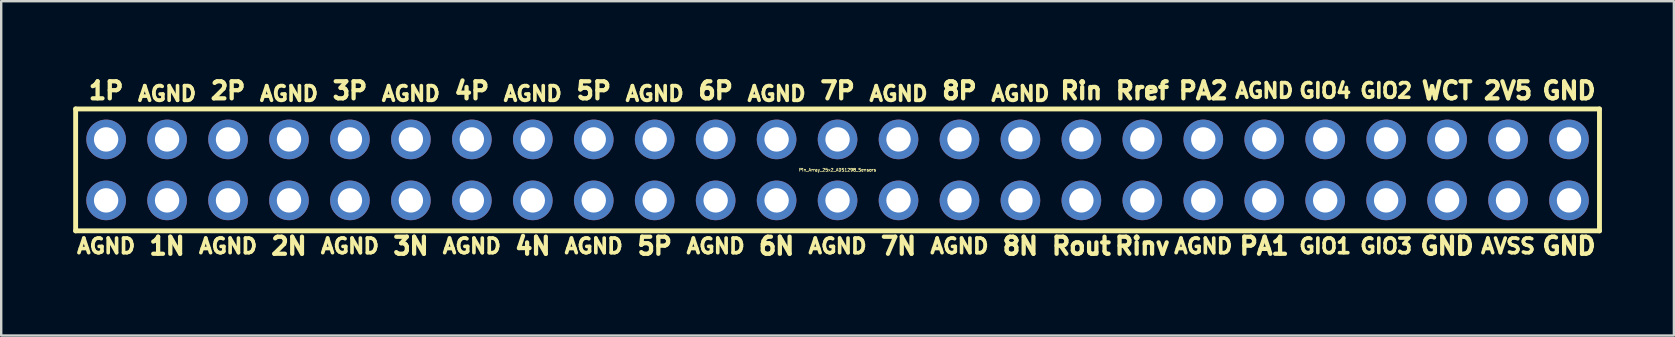
<source format=kicad_pcb>
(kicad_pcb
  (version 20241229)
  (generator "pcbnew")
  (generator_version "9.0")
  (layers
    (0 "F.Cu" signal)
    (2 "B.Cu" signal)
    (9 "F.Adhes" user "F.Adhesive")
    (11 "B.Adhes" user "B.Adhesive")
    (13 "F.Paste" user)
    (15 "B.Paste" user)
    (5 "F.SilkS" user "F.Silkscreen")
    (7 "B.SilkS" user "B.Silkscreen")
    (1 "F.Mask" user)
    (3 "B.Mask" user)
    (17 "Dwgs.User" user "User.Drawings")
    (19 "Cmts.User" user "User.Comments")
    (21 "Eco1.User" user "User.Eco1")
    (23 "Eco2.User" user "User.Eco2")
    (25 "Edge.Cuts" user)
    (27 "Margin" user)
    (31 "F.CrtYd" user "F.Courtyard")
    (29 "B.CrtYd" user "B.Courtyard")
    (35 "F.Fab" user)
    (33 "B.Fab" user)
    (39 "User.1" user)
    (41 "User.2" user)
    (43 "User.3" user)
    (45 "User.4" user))
  (footprint "Pin_Array_25x2_ADS1298_Sensors"
    (layer "F.Cu")
    (at 31.852 4.03)
    (property "Reference" "Pin_Array_25x2_ADS1298_Sensors" (at 0 0 0) (layer "F.SilkS") (effects (font (size 0.127 0.127) (thickness 0.025))))
    (attr through_hole)
    (fp_line (start -31.75 -2.54) (end 31.75 -2.54) (stroke (width 0.203) (type solid)) (layer "F.SilkS"))
    (fp_line (start -31.75 2.54) (end -31.75 -2.54) (stroke (width 0.203) (type solid)) (layer "F.SilkS"))
    (fp_line (start 31.75 -2.54) (end 31.75 2.54) (stroke (width 0.203) (type solid)) (layer "F.SilkS"))
    (fp_line (start 31.75 2.54) (end -31.75 2.54) (stroke (width 0.203) (type solid)) (layer "F.SilkS"))
    (fp_text user "AGND" (at -2.54 -3.175 0) (layer "F.SilkS") (effects (font (size 0.61 0.61) (thickness 0.152))))
    (fp_text user "PA2" (at 15.24 -3.302 0) (layer "F.SilkS") (effects (font (size 0.711 0.711) (thickness 0.178))))
    (fp_text user "AGND" (at 15.24 3.175 0) (layer "F.SilkS") (effects (font (size 0.61 0.61) (thickness 0.152))))
    (fp_text user "GIO1" (at 20.32 3.175 0) (layer "F.SilkS") (effects (font (size 0.61 0.61) (thickness 0.152))))
    (fp_text user "GND" (at 30.48 3.175 0) (layer "F.SilkS") (effects (font (size 0.711 0.711) (thickness 0.178))))
    (fp_text user "AGND" (at 17.78 -3.302 0) (layer "F.SilkS") (effects (font (size 0.61 0.61) (thickness 0.152))))
    (fp_text user "AGND" (at -5.08 3.175 0) (layer "F.SilkS") (effects (font (size 0.61 0.61) (thickness 0.152))))
    (fp_text user "5P" (at -7.62 3.175 0) (layer "F.SilkS") (effects (font (size 0.711 0.711) (thickness 0.178))))
    (fp_text user "AGND" (at 0 3.175 0) (layer "F.SilkS") (effects (font (size 0.61 0.61) (thickness 0.152))))
    (fp_text user "WCT" (at 25.4 -3.302 0) (layer "F.SilkS") (effects (font (size 0.711 0.711) (thickness 0.178))))
    (fp_text user "AGND" (at 7.62 -3.175 0) (layer "F.SilkS") (effects (font (size 0.61 0.61) (thickness 0.152))))
    (fp_text user "AGND" (at -30.48 3.175 0) (layer "F.SilkS") (effects (font (size 0.61 0.61) (thickness 0.152))))
    (fp_text user "AGND" (at -25.4 3.175 0) (layer "F.SilkS") (effects (font (size 0.61 0.61) (thickness 0.152))))
    (fp_text user "3P" (at -20.32 -3.302 0) (layer "F.SilkS") (effects (font (size 0.711 0.711) (thickness 0.178))))
    (fp_text user "7N" (at 2.54 3.175 0) (layer "F.SilkS") (effects (font (size 0.711 0.711) (thickness 0.178))))
    (fp_text user "4N" (at -12.7 3.175 0) (layer "F.SilkS") (effects (font (size 0.711 0.711) (thickness 0.178))))
    (fp_text user "AGND" (at -12.7 -3.175 0) (layer "F.SilkS") (effects (font (size 0.61 0.61) (thickness 0.152))))
    (fp_text user "GND" (at 30.48 -3.302 0) (layer "F.SilkS") (effects (font (size 0.711 0.711) (thickness 0.178))))
    (fp_text user "AGND" (at 5.08 3.175 0) (layer "F.SilkS") (effects (font (size 0.61 0.61) (thickness 0.152))))
    (fp_text user "6P" (at -5.08 -3.302 0) (layer "F.SilkS") (effects (font (size 0.711 0.711) (thickness 0.178))))
    (fp_text user "6N" (at -2.54 3.175 0) (layer "F.SilkS") (effects (font (size 0.711 0.711) (thickness 0.178))))
    (fp_text user "AGND" (at -20.32 3.175 0) (layer "F.SilkS") (effects (font (size 0.61 0.61) (thickness 0.152))))
    (fp_text user "GND" (at 25.4 3.175 0) (layer "F.SilkS") (effects (font (size 0.711 0.711) (thickness 0.178))))
    (fp_text user "1P" (at -30.48 -3.302 0) (layer "F.SilkS") (effects (font (size 0.711 0.711) (thickness 0.178))))
    (fp_text user "AGND" (at -17.78 -3.175 0) (layer "F.SilkS") (effects (font (size 0.61 0.61) (thickness 0.152))))
    (fp_text user "8P" (at 5.08 -3.302 0) (layer "F.SilkS") (effects (font (size 0.711 0.711) (thickness 0.178))))
    (fp_text user "2V5" (at 27.94 -3.302 0) (layer "F.SilkS") (effects (font (size 0.711 0.711) (thickness 0.178))))
    (fp_text user "AGND" (at -22.86 -3.175 0) (layer "F.SilkS") (effects (font (size 0.61 0.61) (thickness 0.152))))
    (fp_text user "AGND" (at -10.16 3.175 0) (layer "F.SilkS") (effects (font (size 0.61 0.61) (thickness 0.152))))
    (fp_text user "AGND" (at -27.94 -3.175 0) (layer "F.SilkS") (effects (font (size 0.61 0.61) (thickness 0.152))))
    (fp_text user "8N" (at 7.62 3.175 0) (layer "F.SilkS") (effects (font (size 0.711 0.711) (thickness 0.178))))
    (fp_text user "Rinv" (at 12.7 3.175 0) (layer "F.SilkS") (effects (font (size 0.711 0.711) (thickness 0.178))))
    (fp_text user "7P" (at 0 -3.302 0) (layer "F.SilkS") (effects (font (size 0.711 0.711) (thickness 0.178))))
    (fp_text user "2P" (at -25.4 -3.302 0) (layer "F.SilkS") (effects (font (size 0.711 0.711) (thickness 0.178))))
    (fp_text user "4P" (at -15.24 -3.302 0) (layer "F.SilkS") (effects (font (size 0.711 0.711) (thickness 0.178))))
    (fp_text user "GIO4" (at 20.32 -3.302 0) (layer "F.SilkS") (effects (font (size 0.61 0.61) (thickness 0.152))))
    (fp_text user "2N" (at -22.86 3.175 0) (layer "F.SilkS") (effects (font (size 0.711 0.711) (thickness 0.178))))
    (fp_text user "AGND" (at 2.54 -3.175 0) (layer "F.SilkS") (effects (font (size 0.61 0.61) (thickness 0.152))))
    (fp_text user "PA1" (at 17.78 3.175 0) (layer "F.SilkS") (effects (font (size 0.711 0.711) (thickness 0.178))))
    (fp_text user "GIO2" (at 22.86 -3.302 0) (layer "F.SilkS") (effects (font (size 0.61 0.61) (thickness 0.152))))
    (fp_text user "AGND" (at -7.62 -3.175 0) (layer "F.SilkS") (effects (font (size 0.61 0.61) (thickness 0.152))))
    (fp_text user "GIO3" (at 22.86 3.175 0) (layer "F.SilkS") (effects (font (size 0.61 0.61) (thickness 0.152))))
    (fp_text user "AGND" (at -15.24 3.175 0) (layer "F.SilkS") (effects (font (size 0.61 0.61) (thickness 0.152))))
    (fp_text user "Rout" (at 10.16 3.175 0) (layer "F.SilkS") (effects (font (size 0.711 0.711) (thickness 0.178))))
    (fp_text user "3N" (at -17.78 3.175 0) (layer "F.SilkS") (effects (font (size 0.711 0.711) (thickness 0.178))))
    (fp_text user "Rref" (at 12.7 -3.302 0) (layer "F.SilkS") (effects (font (size 0.711 0.711) (thickness 0.178))))
    (fp_text user "Rin" (at 10.16 -3.302 0) (layer "F.SilkS") (effects (font (size 0.711 0.711) (thickness 0.178))))
    (fp_text user "AVSS" (at 27.94 3.175 0) (layer "F.SilkS") (effects (font (size 0.61 0.61) (thickness 0.152))))
    (fp_text user "5P" (at -10.16 -3.302 0) (layer "F.SilkS") (effects (font (size 0.711 0.711) (thickness 0.178))))
    (fp_text user "1N" (at -27.94 3.175 0) (layer "F.SilkS") (effects (font (size 0.711 0.711) (thickness 0.178))))
    (pad "1" thru_hole circle (at -30.48 1.27) (size 1.651 1.651) (drill 1.016) (layers "*.Cu" "*.Mask"))
    (pad "2" thru_hole circle (at -30.48 -1.27) (size 1.651 1.651) (drill 1.016) (layers "*.Cu" "*.Mask"))
    (pad "3" thru_hole circle (at -27.94 1.27) (size 1.651 1.651) (drill 1.016) (layers "*.Cu" "*.Mask"))
    (pad "4" thru_hole circle (at -27.94 -1.27) (size 1.651 1.651) (drill 1.016) (layers "*.Cu" "*.Mask"))
    (pad "5" thru_hole circle (at -25.4 1.27) (size 1.651 1.651) (drill 1.016) (layers "*.Cu" "*.Mask"))
    (pad "6" thru_hole circle (at -25.4 -1.27) (size 1.651 1.651) (drill 1.016) (layers "*.Cu" "*.Mask"))
    (pad "7" thru_hole circle (at -22.86 1.27) (size 1.651 1.651) (drill 1.016) (layers "*.Cu" "*.Mask"))
    (pad "8" thru_hole circle (at -22.86 -1.27) (size 1.651 1.651) (drill 1.016) (layers "*.Cu" "*.Mask"))
    (pad "9" thru_hole circle (at -20.32 1.27) (size 1.651 1.651) (drill 1.016) (layers "*.Cu" "*.Mask"))
    (pad "10" thru_hole circle (at -20.32 -1.27) (size 1.651 1.651) (drill 1.016) (layers "*.Cu" "*.Mask"))
    (pad "11" thru_hole circle (at -17.78 1.27) (size 1.651 1.651) (drill 1.016) (layers "*.Cu" "*.Mask"))
    (pad "12" thru_hole circle (at -17.78 -1.27) (size 1.651 1.651) (drill 1.016) (layers "*.Cu" "*.Mask"))
    (pad "13" thru_hole circle (at -15.24 1.27) (size 1.651 1.651) (drill 1.016) (layers "*.Cu" "*.Mask"))
    (pad "14" thru_hole circle (at -15.24 -1.27) (size 1.651 1.651) (drill 1.016) (layers "*.Cu" "*.Mask"))
    (pad "15" thru_hole circle (at -12.7 1.27) (size 1.651 1.651) (drill 1.016) (layers "*.Cu" "*.Mask"))
    (pad "16" thru_hole circle (at -12.7 -1.27) (size 1.651 1.651) (drill 1.016) (layers "*.Cu" "*.Mask"))
    (pad "17" thru_hole circle (at -10.16 1.27) (size 1.651 1.651) (drill 1.016) (layers "*.Cu" "*.Mask"))
    (pad "18" thru_hole circle (at -10.16 -1.27) (size 1.651 1.651) (drill 1.016) (layers "*.Cu" "*.Mask"))
    (pad "19" thru_hole circle (at -7.62 1.27) (size 1.651 1.651) (drill 1.016) (layers "*.Cu" "*.Mask"))
    (pad "20" thru_hole circle (at -7.62 -1.27) (size 1.651 1.651) (drill 1.016) (layers "*.Cu" "*.Mask"))
    (pad "21" thru_hole circle (at -5.08 1.27) (size 1.651 1.651) (drill 1.016) (layers "*.Cu" "*.Mask"))
    (pad "22" thru_hole circle (at -5.08 -1.27) (size 1.651 1.651) (drill 1.016) (layers "*.Cu" "*.Mask"))
    (pad "23" thru_hole circle (at -2.54 1.27) (size 1.651 1.651) (drill 1.016) (layers "*.Cu" "*.Mask"))
    (pad "24" thru_hole circle (at -2.54 -1.27) (size 1.651 1.651) (drill 1.016) (layers "*.Cu" "*.Mask"))
    (pad "25" thru_hole circle (at 0 1.27) (size 1.651 1.651) (drill 1.016) (layers "*.Cu" "*.Mask"))
    (pad "26" thru_hole circle (at 0 -1.27) (size 1.651 1.651) (drill 1.016) (layers "*.Cu" "*.Mask"))
    (pad "27" thru_hole circle (at 2.54 1.27) (size 1.651 1.651) (drill 1.016) (layers "*.Cu" "*.Mask"))
    (pad "28" thru_hole circle (at 2.54 -1.27) (size 1.651 1.651) (drill 1.016) (layers "*.Cu" "*.Mask"))
    (pad "29" thru_hole circle (at 5.08 1.27) (size 1.651 1.651) (drill 1.016) (layers "*.Cu" "*.Mask"))
    (pad "30" thru_hole circle (at 5.08 -1.27) (size 1.651 1.651) (drill 1.016) (layers "*.Cu" "*.Mask"))
    (pad "31" thru_hole circle (at 7.62 1.27) (size 1.651 1.651) (drill 1.016) (layers "*.Cu" "*.Mask"))
    (pad "32" thru_hole circle (at 7.62 -1.27) (size 1.651 1.651) (drill 1.016) (layers "*.Cu" "*.Mask"))
    (pad "33" thru_hole circle (at 10.16 1.27) (size 1.651 1.651) (drill 1.016) (layers "*.Cu" "*.Mask"))
    (pad "34" thru_hole circle (at 10.16 -1.27) (size 1.651 1.651) (drill 1.016) (layers "*.Cu" "*.Mask"))
    (pad "35" thru_hole circle (at 12.7 1.27) (size 1.651 1.651) (drill 1.016) (layers "*.Cu" "*.Mask"))
    (pad "36" thru_hole circle (at 12.7 -1.27) (size 1.651 1.651) (drill 1.016) (layers "*.Cu" "*.Mask"))
    (pad "37" thru_hole circle (at 15.24 1.27) (size 1.651 1.651) (drill 1.016) (layers "*.Cu" "*.Mask"))
    (pad "38" thru_hole circle (at 15.24 -1.27) (size 1.651 1.651) (drill 1.016) (layers "*.Cu" "*.Mask"))
    (pad "39" thru_hole circle (at 17.78 1.27) (size 1.651 1.651) (drill 1.016) (layers "*.Cu" "*.Mask"))
    (pad "40" thru_hole circle (at 17.78 -1.27) (size 1.651 1.651) (drill 1.016) (layers "*.Cu" "*.Mask"))
    (pad "41" thru_hole circle (at 20.32 1.27) (size 1.651 1.651) (drill 1.016) (layers "*.Cu" "*.Mask"))
    (pad "42" thru_hole circle (at 20.32 -1.27) (size 1.651 1.651) (drill 1.016) (layers "*.Cu" "*.Mask"))
    (pad "43" thru_hole circle (at 22.86 1.27) (size 1.651 1.651) (drill 1.016) (layers "*.Cu" "*.Mask"))
    (pad "44" thru_hole circle (at 22.86 -1.27) (size 1.651 1.651) (drill 1.016) (layers "*.Cu" "*.Mask"))
    (pad "45" thru_hole circle (at 25.4 1.27) (size 1.651 1.651) (drill 1.016) (layers "*.Cu" "*.Mask"))
    (pad "46" thru_hole circle (at 25.4 -1.27) (size 1.651 1.651) (drill 1.016) (layers "*.Cu" "*.Mask"))
    (pad "47" thru_hole circle (at 27.94 1.27) (size 1.651 1.651) (drill 1.016) (layers "*.Cu" "*.Mask"))
    (pad "48" thru_hole circle (at 27.94 -1.27) (size 1.651 1.651) (drill 1.016) (layers "*.Cu" "*.Mask"))
    (pad "49" thru_hole circle (at 30.48 1.27) (size 1.651 1.651) (drill 1.016) (layers "*.Cu" "*.Mask"))
    (pad "50" thru_hole circle (at 30.48 -1.27) (size 1.651 1.651) (drill 1.016) (layers "*.Cu" "*.Mask")))
  (gr_rect
    (start -3 -3)
    (end 66.703 10.933)
    (stroke (width 0.1) (type default))
    (fill no)
    (layer "Edge.Cuts")))
</source>
